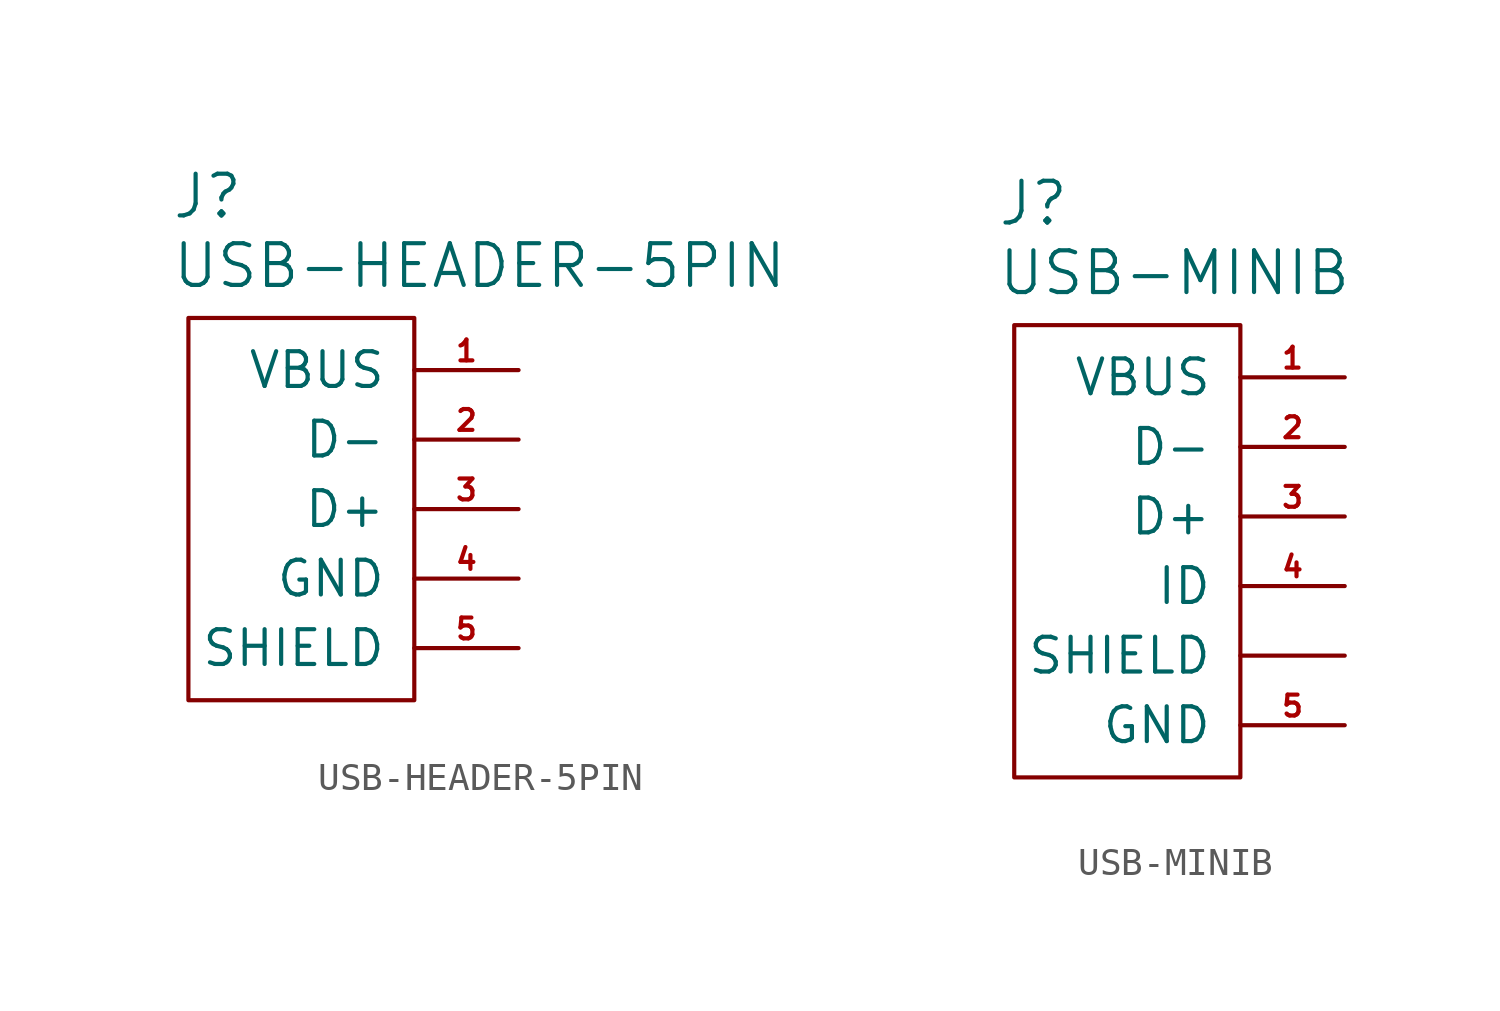
<source format=kicad_sym>
(kicad_symbol_lib
  (version 20211014)
  (generator kicad_symbol_editor)
  (symbol "USB-HEADER-5PIN"
    (pin_names
      (offset 1.016))
    (property "Reference" "J"
      (at -5.08 12.7 0)
      (effects (font (size 1.524 1.524)) (justify left)))
    (property "Value" "USB-HEADER-5PIN"
      (at -5.08 10.16 0)
      (effects (font (size 1.524 1.524)) (justify left)))
    (symbol "USB-HEADER-5PIN_0_1"
      (rectangle (start -4.445 8.255) (end 3.81 -5.715) (stroke (width 0) (type default) (color 0 0 0 0)) (fill (type none))))
    (symbol "USB-HEADER-5PIN_1_1"
      (pin power_out line (at 7.62 6.35 180) (length 3.81) (name "VBUS" (effects (font (size 1.27 1.27)))) (number "1" (effects (font (size 0.762 0.762)))))
      (pin bidirectional line (at 7.62 3.81 180) (length 3.81) (name "D-" (effects (font (size 1.27 1.27)))) (number "2" (effects (font (size 0.762 0.762)))))
      (pin bidirectional line (at 7.62 1.27 180) (length 3.81) (name "D+" (effects (font (size 1.27 1.27)))) (number "3" (effects (font (size 0.762 0.762)))))
      (pin power_in line (at 7.62 -1.27 180) (length 3.81) (name "GND" (effects (font (size 1.27 1.27)))) (number "4" (effects (font (size 0.762 0.762)))))
      (pin passive line (at 7.62 -3.81 180) (length 3.81) (name "SHIELD" (effects (font (size 1.27 1.27)))) (number "5" (effects (font (size 0.762 0.762)))))))
  (symbol "USB-MINIB"
    (pin_names
      (offset 1.016))
    (property "Reference" "J"
      (at -5.08 12.7 0)
      (effects (font (size 1.524 1.524)) (justify left)))
    (property "Value" "USB-MINIB"
      (at -5.08 10.16 0)
      (effects (font (size 1.524 1.524)) (justify left)))
    (symbol "USB-MINIB_0_1"
      (rectangle (start -4.445 8.255) (end 3.81 -8.255) (stroke (width 0) (type default) (color 0 0 0 0)) (fill (type none))))
    (symbol "USB-MINIB_1_1"
      (pin power_out line (at 7.62 6.35 180) (length 3.81) (name "VBUS" (effects (font (size 1.27 1.27)))) (number "1" (effects (font (size 0.762 0.762)))))
      (pin bidirectional line (at 7.62 3.81 180) (length 3.81) (name "D-" (effects (font (size 1.27 1.27)))) (number "2" (effects (font (size 0.762 0.762)))))
      (pin bidirectional line (at 7.62 1.27 180) (length 3.81) (name "D+" (effects (font (size 1.27 1.27)))) (number "3" (effects (font (size 0.762 0.762)))))
      (pin output line (at 7.62 -1.27 180) (length 3.81) (name "ID" (effects (font (size 1.27 1.27)))) (number "4" (effects (font (size 0.762 0.762)))))
      (pin power_in line (at 7.62 -6.35 180) (length 3.81) (name "GND" (effects (font (size 1.27 1.27)))) (number "5" (effects (font (size 0.762 0.762)))))
      (pin passive line (at 7.62 -3.81 180) (length 3.81) (name "SHIELD" (effects (font (size 1.27 1.27)))) (number "SHIE" (effects (font (size 0 0))))))))
</source>
